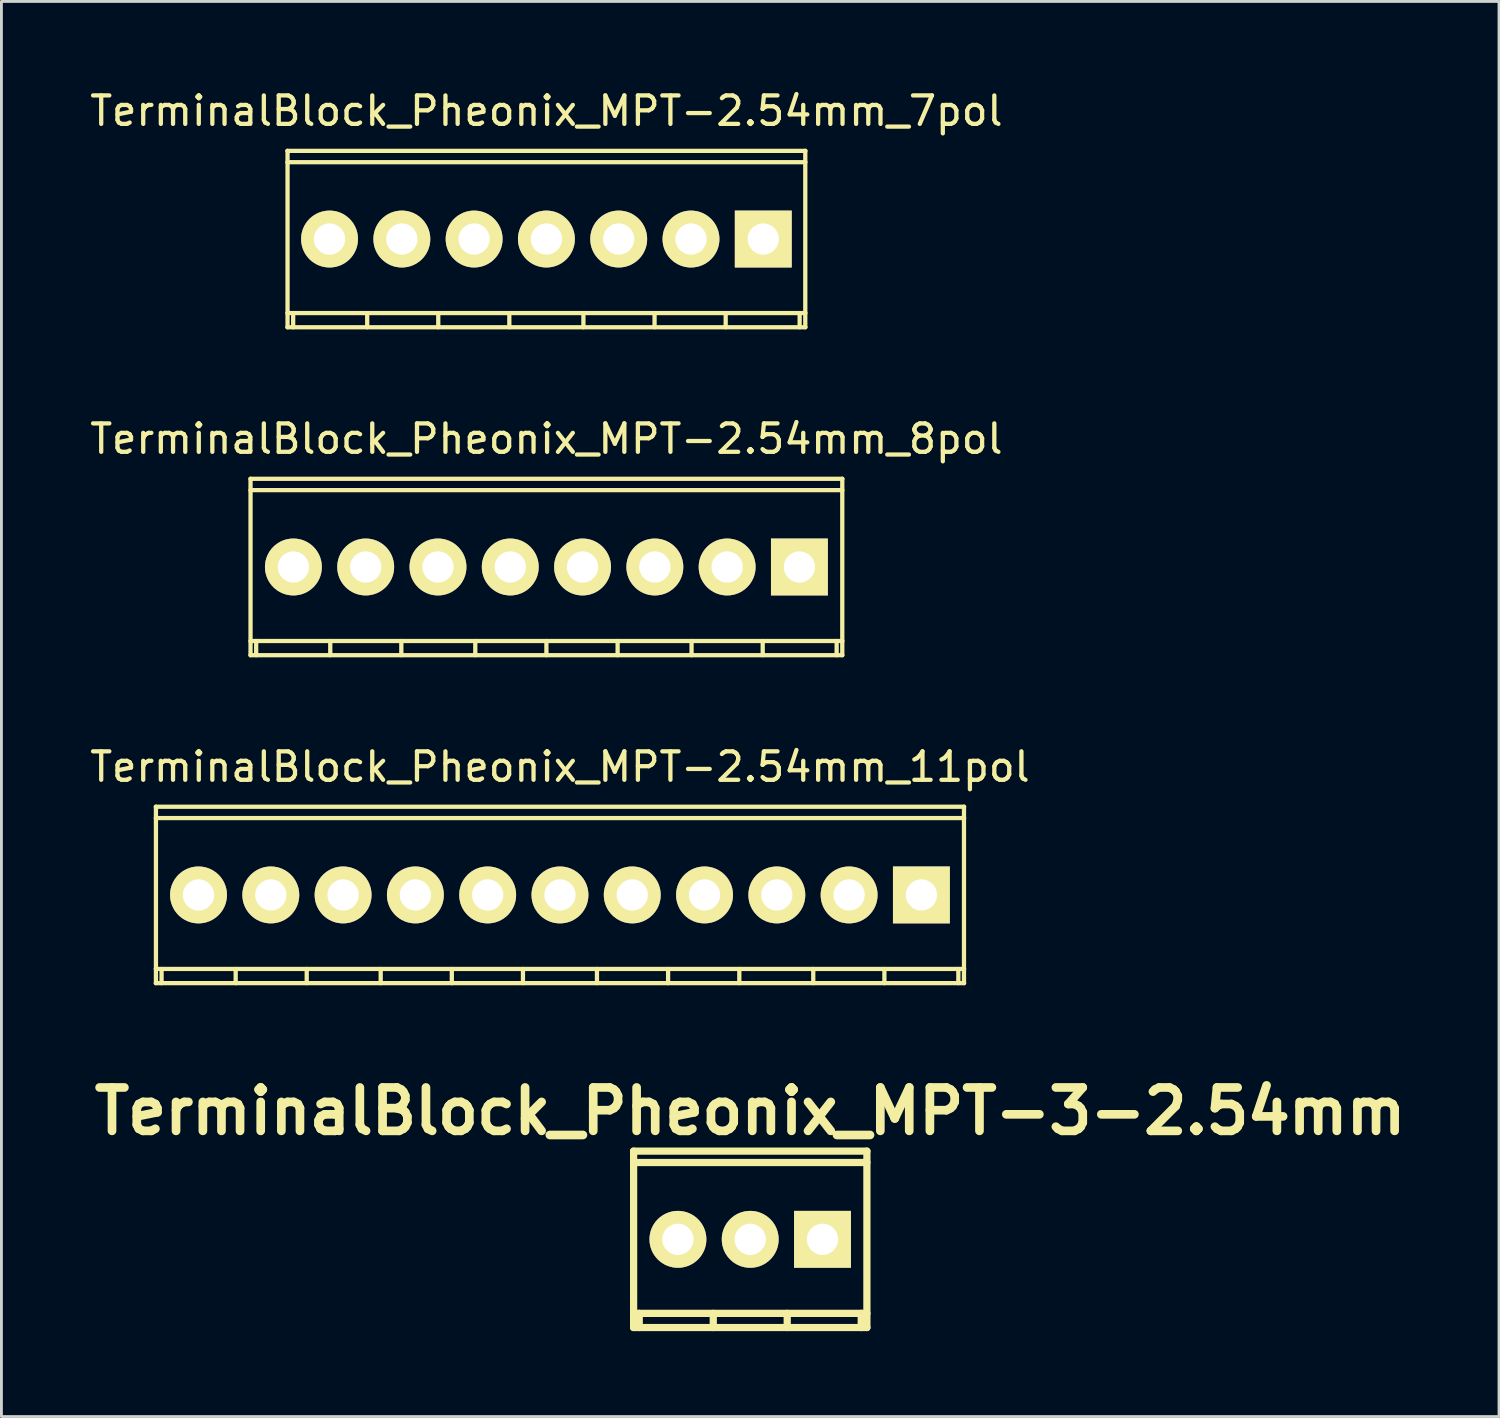
<source format=kicad_pcb>
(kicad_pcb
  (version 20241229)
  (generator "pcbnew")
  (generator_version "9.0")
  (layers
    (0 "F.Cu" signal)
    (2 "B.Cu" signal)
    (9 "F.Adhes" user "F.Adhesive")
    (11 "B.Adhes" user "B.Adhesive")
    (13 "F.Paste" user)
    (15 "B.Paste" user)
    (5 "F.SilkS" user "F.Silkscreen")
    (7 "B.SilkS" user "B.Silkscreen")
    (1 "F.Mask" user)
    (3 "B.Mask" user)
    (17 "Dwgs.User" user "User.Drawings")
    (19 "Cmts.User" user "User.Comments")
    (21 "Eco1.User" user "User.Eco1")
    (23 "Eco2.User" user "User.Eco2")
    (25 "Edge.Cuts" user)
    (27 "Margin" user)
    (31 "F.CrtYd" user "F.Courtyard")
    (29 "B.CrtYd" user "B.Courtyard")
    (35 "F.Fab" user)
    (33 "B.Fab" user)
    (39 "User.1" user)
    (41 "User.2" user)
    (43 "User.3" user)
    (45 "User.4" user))
  (footprint "TerminalBlock_Pheonix_MPT-2.54mm_11pol"
    (layer "F.Cu")
    (at 16.625 28.395)
    (property "Reference" "TerminalBlock_Pheonix_MPT-2.54mm_11pol" (at 0 -4.501 0) (layer "F.SilkS") (effects (font (size 1 1) (thickness 0.15))))
    (attr through_hole)
    (fp_line (start -14.201 -3.099) (end 14.201 -3.099) (stroke (width 0.15) (type solid)) (layer "F.SilkS"))
    (fp_line (start -14.201 3.099) (end 14.201 3.099) (stroke (width 0.15) (type solid)) (layer "F.SilkS"))
    (fp_line (start -14.196 -3.099) (end -14.196 3.099) (stroke (width 0.15) (type solid)) (layer "F.SilkS"))
    (fp_line (start -13.998 3.099) (end -13.998 2.601) (stroke (width 0.15) (type solid)) (layer "F.SilkS"))
    (fp_line (start -11.394 3.099) (end -11.394 2.601) (stroke (width 0.15) (type solid)) (layer "F.SilkS"))
    (fp_line (start -8.898 2.601) (end -8.898 3.099) (stroke (width 0.15) (type solid)) (layer "F.SilkS"))
    (fp_line (start -6.299 2.601) (end -6.299 3.099) (stroke (width 0.15) (type solid)) (layer "F.SilkS"))
    (fp_line (start -3.8 2.601) (end -3.8 3.099) (stroke (width 0.15) (type solid)) (layer "F.SilkS"))
    (fp_line (start -1.3 2.601) (end -1.3 3.099) (stroke (width 0.15) (type solid)) (layer "F.SilkS"))
    (fp_line (start 1.3 2.601) (end 1.3 3.099) (stroke (width 0.15) (type solid)) (layer "F.SilkS"))
    (fp_line (start 3.8 2.601) (end 3.8 3.099) (stroke (width 0.15) (type solid)) (layer "F.SilkS"))
    (fp_line (start 6.302 2.601) (end 6.302 3.099) (stroke (width 0.15) (type solid)) (layer "F.SilkS"))
    (fp_line (start 8.9 2.601) (end 8.9 3.099) (stroke (width 0.15) (type solid)) (layer "F.SilkS"))
    (fp_line (start 11.4 2.601) (end 11.4 3.099) (stroke (width 0.15) (type solid)) (layer "F.SilkS"))
    (fp_line (start 13.998 2.601) (end 13.998 3.099) (stroke (width 0.15) (type solid)) (layer "F.SilkS"))
    (fp_line (start 14.196 3.099) (end 14.196 -3.099) (stroke (width 0.15) (type solid)) (layer "F.SilkS"))
    (fp_line (start 14.201 -2.7) (end -14.201 -2.7) (stroke (width 0.15) (type solid)) (layer "F.SilkS"))
    (fp_line (start 14.201 2.601) (end -14.201 2.601) (stroke (width 0.15) (type solid)) (layer "F.SilkS"))
    (pad "1" thru_hole rect (at 12.7 0) (size 1.999 1.999) (drill 1.097) (layers "*.Cu" "*.Mask" "F.SilkS"))
    (pad "2" thru_hole oval (at 10.16 0) (size 1.999 1.999) (drill 1.097) (layers "*.Cu" "*.Mask" "F.SilkS"))
    (pad "3" thru_hole oval (at 7.62 0) (size 1.999 1.999) (drill 1.097) (layers "*.Cu" "*.Mask" "F.SilkS"))
    (pad "4" thru_hole oval (at 5.08 0) (size 1.999 1.999) (drill 1.097) (layers "*.Cu" "*.Mask" "F.SilkS"))
    (pad "5" thru_hole oval (at 2.54 0) (size 1.999 1.999) (drill 1.097) (layers "*.Cu" "*.Mask" "F.SilkS"))
    (pad "6" thru_hole oval (at 0 0) (size 1.999 1.999) (drill 1.097) (layers "*.Cu" "*.Mask" "F.SilkS"))
    (pad "7" thru_hole oval (at -2.54 0) (size 1.999 1.999) (drill 1.097) (layers "*.Cu" "*.Mask" "F.SilkS"))
    (pad "8" thru_hole oval (at -5.08 0) (size 1.999 1.999) (drill 1.097) (layers "*.Cu" "*.Mask" "F.SilkS"))
    (pad "9" thru_hole oval (at -7.62 0) (size 1.999 1.999) (drill 1.097) (layers "*.Cu" "*.Mask" "F.SilkS"))
    (pad "10" thru_hole oval (at -10.16 0) (size 1.999 1.999) (drill 1.097) (layers "*.Cu" "*.Mask" "F.SilkS"))
    (pad "11" thru_hole oval (at -12.7 0) (size 1.999 1.999) (drill 1.097) (layers "*.Cu" "*.Mask" "F.SilkS")))
  (footprint "TerminalBlock_Pheonix_MPT-3-2.54mm"
    (layer "F.Cu")
    (at 23.31 40.496)
    (property "Reference" "TerminalBlock_Pheonix_MPT-3-2.54mm" (at 0 -4.501 0) (layer "F.SilkS") (effects (font (size 1.524 1.524) (thickness 0.305))))
    (attr through_hole)
    (fp_line (start -4.1 3.099) (end 4.1 3.099) (stroke (width 0.254) (type solid)) (layer "F.SilkS"))
    (fp_line (start -4.097 -3.099) (end -4.097 3.099) (stroke (width 0.254) (type solid)) (layer "F.SilkS"))
    (fp_line (start -3.899 3.099) (end -3.899 2.601) (stroke (width 0.254) (type solid)) (layer "F.SilkS"))
    (fp_line (start -1.298 3.099) (end -1.298 2.601) (stroke (width 0.254) (type solid)) (layer "F.SilkS"))
    (fp_line (start 1.3 2.601) (end 1.3 3.099) (stroke (width 0.254) (type solid)) (layer "F.SilkS"))
    (fp_line (start 3.901 2.601) (end 3.901 3.099) (stroke (width 0.254) (type solid)) (layer "F.SilkS"))
    (fp_line (start 4.1 -3.099) (end -4.1 -3.099) (stroke (width 0.254) (type solid)) (layer "F.SilkS"))
    (fp_line (start 4.1 -2.7) (end -4.1 -2.7) (stroke (width 0.254) (type solid)) (layer "F.SilkS"))
    (fp_line (start 4.1 2.601) (end -4.1 2.601) (stroke (width 0.254) (type solid)) (layer "F.SilkS"))
    (fp_line (start 4.1 3.099) (end 4.1 -3.099) (stroke (width 0.254) (type solid)) (layer "F.SilkS"))
    (pad "1" thru_hole rect (at 2.54 0) (size 1.999 1.999) (drill 1.097) (layers "*.Cu" "*.Mask" "F.SilkS"))
    (pad "2" thru_hole oval (at 0 0) (size 1.999 1.999) (drill 1.097) (layers "*.Cu" "*.Mask" "F.SilkS"))
    (pad "3" thru_hole oval (at -2.54 0) (size 1.999 1.999) (drill 1.097) (layers "*.Cu" "*.Mask" "F.SilkS")))
  (footprint "TerminalBlock_Pheonix_MPT-2.54mm_7pol"
    (layer "F.Cu")
    (at 16.149 5.349)
    (property "Reference" "TerminalBlock_Pheonix_MPT-2.54mm_7pol" (at 0 -4.501 0) (layer "F.SilkS") (effects (font (size 1 1) (thickness 0.15))))
    (attr through_hole)
    (fp_line (start -9.101 3.099) (end 9.101 3.099) (stroke (width 0.15) (type solid)) (layer "F.SilkS"))
    (fp_line (start -9.096 -3.099) (end -9.096 3.099) (stroke (width 0.15) (type solid)) (layer "F.SilkS"))
    (fp_line (start -8.898 3.099) (end -8.898 2.601) (stroke (width 0.15) (type solid)) (layer "F.SilkS"))
    (fp_line (start -6.297 3.099) (end -6.297 2.601) (stroke (width 0.15) (type solid)) (layer "F.SilkS"))
    (fp_line (start -3.8 2.601) (end -3.8 3.099) (stroke (width 0.15) (type solid)) (layer "F.SilkS"))
    (fp_line (start -1.303 2.601) (end -1.303 3.099) (stroke (width 0.15) (type solid)) (layer "F.SilkS"))
    (fp_line (start 1.3 2.601) (end 1.3 3.099) (stroke (width 0.15) (type solid)) (layer "F.SilkS"))
    (fp_line (start 3.8 2.601) (end 3.8 3.099) (stroke (width 0.15) (type solid)) (layer "F.SilkS"))
    (fp_line (start 6.299 2.601) (end 6.299 3.099) (stroke (width 0.15) (type solid)) (layer "F.SilkS"))
    (fp_line (start 8.898 2.601) (end 8.898 3.099) (stroke (width 0.15) (type solid)) (layer "F.SilkS"))
    (fp_line (start 9.096 3.099) (end 9.096 -3.099) (stroke (width 0.15) (type solid)) (layer "F.SilkS"))
    (fp_line (start 9.101 -3.099) (end -9.101 -3.099) (stroke (width 0.15) (type solid)) (layer "F.SilkS"))
    (fp_line (start 9.101 -2.7) (end -9.101 -2.7) (stroke (width 0.15) (type solid)) (layer "F.SilkS"))
    (fp_line (start 9.101 2.601) (end -9.101 2.601) (stroke (width 0.15) (type solid)) (layer "F.SilkS"))
    (pad "1" thru_hole rect (at 7.62 0) (size 1.999 1.999) (drill 1.097) (layers "*.Cu" "*.Mask" "F.SilkS"))
    (pad "2" thru_hole oval (at 5.08 0) (size 1.999 1.999) (drill 1.097) (layers "*.Cu" "*.Mask" "F.SilkS"))
    (pad "3" thru_hole oval (at 2.54 0) (size 1.999 1.999) (drill 1.097) (layers "*.Cu" "*.Mask" "F.SilkS"))
    (pad "4" thru_hole oval (at 0 0) (size 1.999 1.999) (drill 1.097) (layers "*.Cu" "*.Mask" "F.SilkS"))
    (pad "5" thru_hole oval (at -2.54 0) (size 1.999 1.999) (drill 1.097) (layers "*.Cu" "*.Mask" "F.SilkS"))
    (pad "6" thru_hole oval (at -5.08 0) (size 1.999 1.999) (drill 1.097) (layers "*.Cu" "*.Mask" "F.SilkS"))
    (pad "7" thru_hole oval (at -7.62 0) (size 1.999 1.999) (drill 1.097) (layers "*.Cu" "*.Mask" "F.SilkS")))
  (footprint "TerminalBlock_Pheonix_MPT-2.54mm_8pol"
    (layer "F.Cu")
    (at 16.149 16.872)
    (property "Reference" "TerminalBlock_Pheonix_MPT-2.54mm_8pol" (at 0 -4.501 0) (layer "F.SilkS") (effects (font (size 1 1) (thickness 0.15))))
    (attr through_hole)
    (fp_line (start -10.399 -2.7) (end 10.399 -2.7) (stroke (width 0.15) (type solid)) (layer "F.SilkS"))
    (fp_line (start -10.399 2.601) (end 10.399 2.601) (stroke (width 0.15) (type solid)) (layer "F.SilkS"))
    (fp_line (start -10.396 -3.099) (end -10.396 3.099) (stroke (width 0.15) (type solid)) (layer "F.SilkS"))
    (fp_line (start -10.198 3.099) (end -10.198 2.601) (stroke (width 0.15) (type solid)) (layer "F.SilkS"))
    (fp_line (start -7.595 3.099) (end -7.595 2.601) (stroke (width 0.15) (type solid)) (layer "F.SilkS"))
    (fp_line (start -5.098 2.601) (end -5.098 3.099) (stroke (width 0.15) (type solid)) (layer "F.SilkS"))
    (fp_line (start -2.499 2.601) (end -2.499 3.099) (stroke (width 0.15) (type solid)) (layer "F.SilkS"))
    (fp_line (start 0 2.601) (end 0 3.099) (stroke (width 0.15) (type solid)) (layer "F.SilkS"))
    (fp_line (start 2.502 2.601) (end 2.502 3.099) (stroke (width 0.15) (type solid)) (layer "F.SilkS"))
    (fp_line (start 5.1 2.601) (end 5.1 3.099) (stroke (width 0.15) (type solid)) (layer "F.SilkS"))
    (fp_line (start 7.6 2.601) (end 7.6 3.099) (stroke (width 0.15) (type solid)) (layer "F.SilkS"))
    (fp_line (start 10.198 2.601) (end 10.198 3.099) (stroke (width 0.15) (type solid)) (layer "F.SilkS"))
    (fp_line (start 10.396 3.099) (end 10.396 -3.099) (stroke (width 0.15) (type solid)) (layer "F.SilkS"))
    (fp_line (start 10.399 -3.099) (end -10.399 -3.099) (stroke (width 0.15) (type solid)) (layer "F.SilkS"))
    (fp_line (start 10.399 3.099) (end -10.399 3.099) (stroke (width 0.15) (type solid)) (layer "F.SilkS"))
    (pad "1" thru_hole rect (at 8.89 0) (size 1.999 1.999) (drill 1.097) (layers "*.Cu" "*.Mask" "F.SilkS"))
    (pad "2" thru_hole oval (at 6.35 0) (size 1.999 1.999) (drill 1.097) (layers "*.Cu" "*.Mask" "F.SilkS"))
    (pad "3" thru_hole oval (at 3.81 0) (size 1.999 1.999) (drill 1.097) (layers "*.Cu" "*.Mask" "F.SilkS"))
    (pad "4" thru_hole oval (at 1.27 0) (size 1.999 1.999) (drill 1.097) (layers "*.Cu" "*.Mask" "F.SilkS"))
    (pad "5" thru_hole oval (at -1.27 0) (size 1.999 1.999) (drill 1.097) (layers "*.Cu" "*.Mask" "F.SilkS"))
    (pad "6" thru_hole oval (at -3.81 0) (size 1.999 1.999) (drill 1.097) (layers "*.Cu" "*.Mask" "F.SilkS"))
    (pad "7" thru_hole oval (at -6.35 0) (size 1.999 1.999) (drill 1.097) (layers "*.Cu" "*.Mask" "F.SilkS"))
    (pad "8" thru_hole oval (at -8.89 0) (size 1.999 1.999) (drill 1.097) (layers "*.Cu" "*.Mask" "F.SilkS")))
  (gr_rect
    (start -3 -3)
    (end 49.62 46.722)
    (stroke (width 0.1) (type default))
    (fill no)
    (layer "Edge.Cuts")))
</source>
